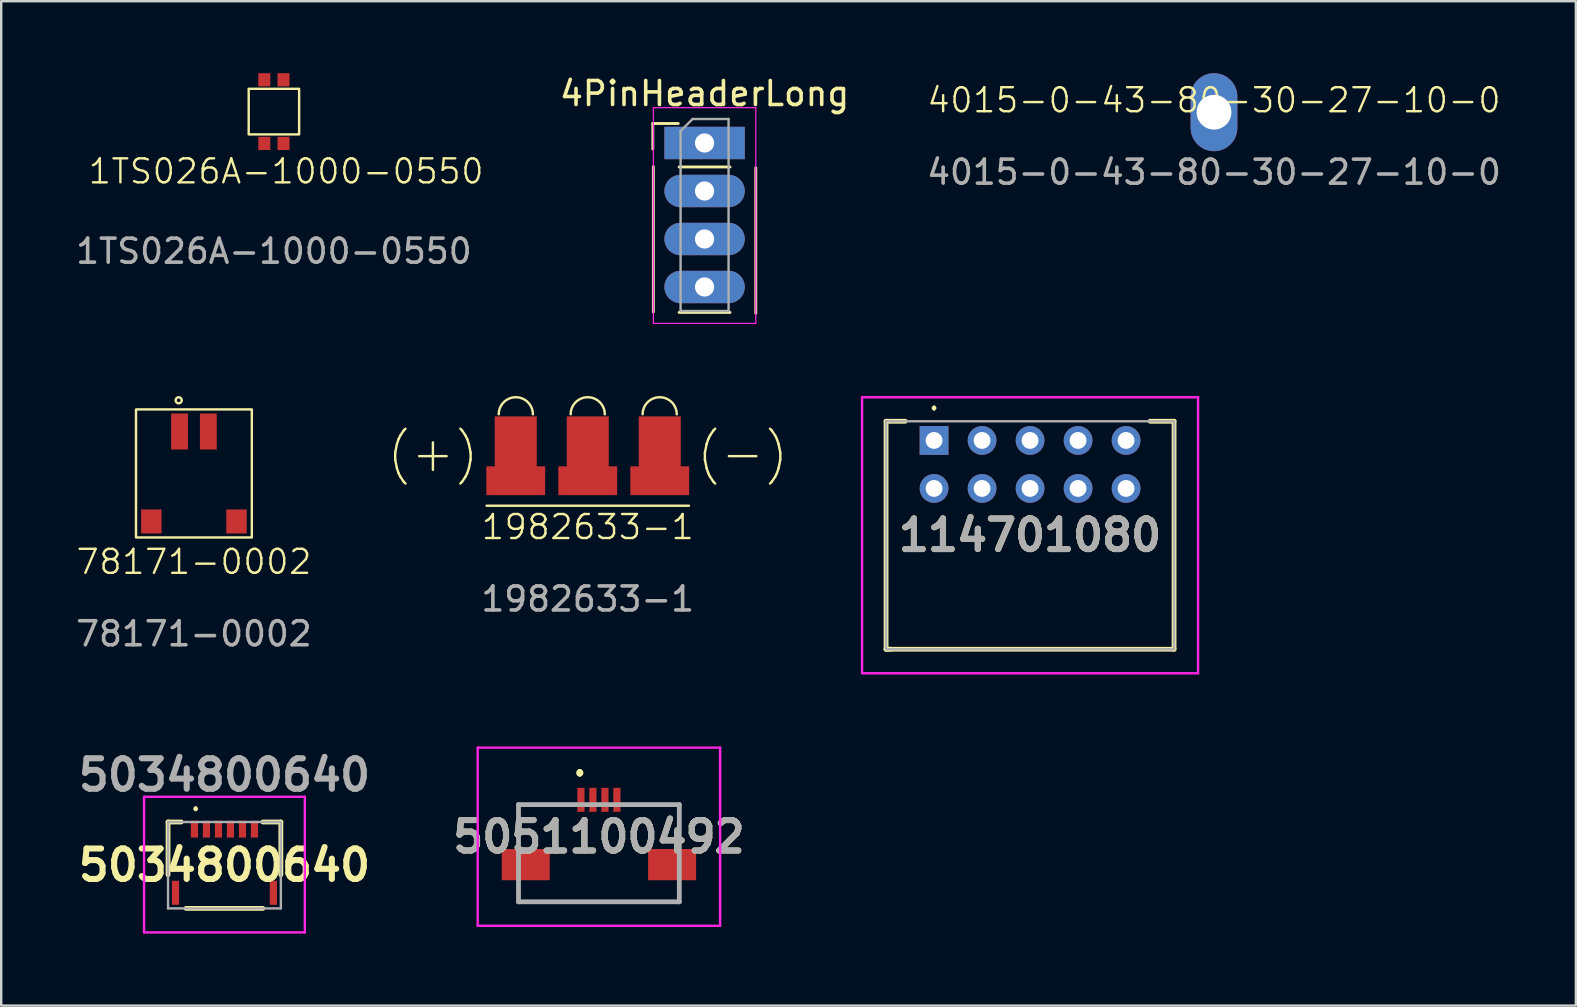
<source format=kicad_pcb>
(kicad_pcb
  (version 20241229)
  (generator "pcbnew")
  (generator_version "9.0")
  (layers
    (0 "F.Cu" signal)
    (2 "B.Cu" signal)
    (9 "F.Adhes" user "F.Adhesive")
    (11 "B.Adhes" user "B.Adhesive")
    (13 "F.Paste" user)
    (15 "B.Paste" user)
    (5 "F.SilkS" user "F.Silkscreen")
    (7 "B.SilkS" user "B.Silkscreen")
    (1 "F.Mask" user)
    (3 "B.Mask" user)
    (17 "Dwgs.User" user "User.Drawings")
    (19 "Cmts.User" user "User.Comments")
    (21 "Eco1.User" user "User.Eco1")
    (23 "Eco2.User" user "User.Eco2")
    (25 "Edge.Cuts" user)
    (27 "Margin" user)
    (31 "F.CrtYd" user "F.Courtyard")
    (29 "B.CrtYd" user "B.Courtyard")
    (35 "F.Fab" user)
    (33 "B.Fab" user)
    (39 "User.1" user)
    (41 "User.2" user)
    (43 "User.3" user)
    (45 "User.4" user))
  (footprint "1TS026A-1000-0550"
    (layer "F.Cu")
    (at 8.363 1.6)
    (property "Reference" "1TS026A-1000-0550" (at 0.508 2.489 0) (unlocked yes) (layer "F.SilkS") (effects (font (size 1 1) (thickness 0.1))))
    (attr smd)
    (fp_rect (start -1.051 -0.949) (end 1.051 0.949) (stroke (width 0.1) (type default)) (fill no) (layer "F.SilkS"))
    (fp_text user "${REFERENCE}" (at 0 5.818 0) (unlocked yes) (layer "F.Fab") (effects (font (size 1 1) (thickness 0.15))))
    (pad "1" smd rect (at 0.4 -1.325 180) (size 0.5 0.55) (layers "F.Cu" "F.Mask" "F.Paste"))
    (pad "2" smd rect (at -0.4 -1.325 180) (size 0.5 0.55) (layers "F.Cu" "F.Mask" "F.Paste"))
    (pad "3" smd rect (at 0.4 1.325 180) (size 0.5 0.55) (layers "F.Cu" "F.Mask" "F.Paste"))
    (pad "4" smd rect (at -0.4 1.325) (size 0.5 0.55) (layers "F.Cu" "F.Mask" "F.Paste")))
  (footprint "78171-0002"
    (layer "F.Cu")
    (at 5.03 16.804)
    (property "Reference" "78171-0002" (at 0 3.556 0) (unlocked yes) (layer "F.SilkS") (effects (font (size 1 1) (thickness 0.1))))
    (attr smd)
    (fp_rect (start -2.413 -2.794) (end 2.413 2.54) (stroke (width 0.1) (type default)) (fill no) (layer "F.SilkS"))
    (fp_circle (center -0.635 -3.175) (end -0.508 -3.175) (stroke (width 0.1) (type default)) (fill no) (layer "F.SilkS"))
    (fp_text user "${REFERENCE}" (at 0 6.556 0) (unlocked yes) (layer "F.Fab") (effects (font (size 1 1) (thickness 0.15))))
    (pad "1" smd rect (at -0.6 -1.875) (size 0.7 1.5) (layers "F.Cu" "F.Mask" "F.Paste"))
    (pad "2" smd rect (at 0.6 -1.875) (size 0.7 1.5) (layers "F.Cu" "F.Mask" "F.Paste"))
    (pad "3" smd rect (at -1.775 1.875) (size 0.85 1) (layers "F.Cu" "F.Mask" "F.Paste"))
    (pad "3" smd rect (at 1.775 1.875) (size 0.85 1) (layers "F.Cu" "F.Mask" "F.Paste")))
  (footprint "5051100492"
    (layer "F.Cu")
    (at 21.905 32.502)
    (property "Reference" "5051100492" (at 0 -0.688 0) (layer "F.SilkS") (effects (font (size 1.27 1.27) (thickness 0.254))))
    (attr smd)
    (fp_line (start -3.35 -2.025) (end -3.35 -2.025) (stroke (width 0.1) (type solid)) (layer "F.SilkS"))
    (fp_line (start -3.35 -2.025) (end -3.35 -2.025) (stroke (width 0.1) (type solid)) (layer "F.SilkS"))
    (fp_line (start -3.35 -2.025) (end -3.35 -0.75) (stroke (width 0.1) (type solid)) (layer "F.SilkS"))
    (fp_line (start -3.35 -2.025) (end -1.5 -2.025) (stroke (width 0.1) (type solid)) (layer "F.SilkS"))
    (fp_line (start -3.35 -0.75) (end -3.35 -2.025) (stroke (width 0.1) (type solid)) (layer "F.SilkS"))
    (fp_line (start -3.35 -0.75) (end -3.35 -0.75) (stroke (width 0.1) (type solid)) (layer "F.SilkS"))
    (fp_line (start -3.35 1.75) (end -3.35 1.75) (stroke (width 0.1) (type solid)) (layer "F.SilkS"))
    (fp_line (start -3.35 1.75) (end -3.35 2) (stroke (width 0.1) (type solid)) (layer "F.SilkS"))
    (fp_line (start -3.35 2) (end -3.35 1.75) (stroke (width 0.1) (type solid)) (layer "F.SilkS"))
    (fp_line (start -3.35 2) (end -3.35 2) (stroke (width 0.1) (type solid)) (layer "F.SilkS"))
    (fp_line (start -3.35 2.025) (end -3.35 2.025) (stroke (width 0.1) (type solid)) (layer "F.SilkS"))
    (fp_line (start -3.35 2.025) (end 3.35 2.025) (stroke (width 0.1) (type solid)) (layer "F.SilkS"))
    (fp_line (start -1.5 -2.025) (end -3.35 -2.025) (stroke (width 0.1) (type solid)) (layer "F.SilkS"))
    (fp_line (start -1.5 -2.025) (end -1.5 -2.025) (stroke (width 0.1) (type solid)) (layer "F.SilkS"))
    (fp_line (start -0.8 -3.4) (end -0.8 -3.4) (stroke (width 0.2) (type solid)) (layer "F.SilkS"))
    (fp_line (start -0.8 -3.3) (end -0.8 -3.3) (stroke (width 0.2) (type solid)) (layer "F.SilkS"))
    (fp_line (start -0.8 -3.3) (end -0.8 -3.3) (stroke (width 0.2) (type solid)) (layer "F.SilkS"))
    (fp_line (start 1.5 -2.025) (end 1.5 -2.025) (stroke (width 0.1) (type solid)) (layer "F.SilkS"))
    (fp_line (start 1.5 -2.025) (end 3.35 -2.025) (stroke (width 0.1) (type solid)) (layer "F.SilkS"))
    (fp_line (start 3.35 -2.025) (end 1.5 -2.025) (stroke (width 0.1) (type solid)) (layer "F.SilkS"))
    (fp_line (start 3.35 -2.025) (end 3.35 -2.025) (stroke (width 0.1) (type solid)) (layer "F.SilkS"))
    (fp_line (start 3.35 -2.025) (end 3.35 -2.025) (stroke (width 0.1) (type solid)) (layer "F.SilkS"))
    (fp_line (start 3.35 -2.025) (end 3.35 -0.75) (stroke (width 0.1) (type solid)) (layer "F.SilkS"))
    (fp_line (start 3.35 -0.75) (end 3.35 -2.025) (stroke (width 0.1) (type solid)) (layer "F.SilkS"))
    (fp_line (start 3.35 -0.75) (end 3.35 -0.75) (stroke (width 0.1) (type solid)) (layer "F.SilkS"))
    (fp_line (start 3.35 1.75) (end 3.35 1.75) (stroke (width 0.1) (type solid)) (layer "F.SilkS"))
    (fp_line (start 3.35 1.75) (end 3.35 2.025) (stroke (width 0.1) (type solid)) (layer "F.SilkS"))
    (fp_line (start 3.35 2.025) (end -3.35 2.025) (stroke (width 0.1) (type solid)) (layer "F.SilkS"))
    (fp_line (start 3.35 2.025) (end 3.35 1.75) (stroke (width 0.1) (type solid)) (layer "F.SilkS"))
    (fp_line (start 3.35 2.025) (end 3.35 2.025) (stroke (width 0.1) (type solid)) (layer "F.SilkS"))
    (fp_line (start 3.35 2.025) (end 3.35 2.025) (stroke (width 0.1) (type solid)) (layer "F.SilkS"))
    (fp_arc (start -0.8 -3.4) (mid -0.75 -3.35) (end -0.8 -3.3) (stroke (width 0.2) (type solid)) (layer "F.SilkS"))
    (fp_arc (start -0.8 -3.4) (mid -0.75 -3.35) (end -0.8 -3.3) (stroke (width 0.2) (type solid)) (layer "F.SilkS"))
    (fp_arc (start -0.8 -3.3) (mid -0.85 -3.35) (end -0.8 -3.4) (stroke (width 0.2) (type solid)) (layer "F.SilkS"))
    (fp_line (start -5.05 -4.4) (end 5.05 -4.4) (stroke (width 0.1) (type solid)) (layer "F.CrtYd"))
    (fp_line (start -5.05 3.025) (end -5.05 -4.4) (stroke (width 0.1) (type solid)) (layer "F.CrtYd"))
    (fp_line (start 5.05 -4.4) (end 5.05 3.025) (stroke (width 0.1) (type solid)) (layer "F.CrtYd"))
    (fp_line (start 5.05 3.025) (end -5.05 3.025) (stroke (width 0.1) (type solid)) (layer "F.CrtYd"))
    (fp_line (start -3.35 -2.025) (end -3.35 2.025) (stroke (width 0.2) (type solid)) (layer "F.Fab"))
    (fp_line (start -3.35 2.025) (end 3.35 2.025) (stroke (width 0.2) (type solid)) (layer "F.Fab"))
    (fp_line (start 3.35 -2.025) (end -3.35 -2.025) (stroke (width 0.2) (type solid)) (layer "F.Fab"))
    (fp_line (start 3.35 2.025) (end 3.35 -2.025) (stroke (width 0.2) (type solid)) (layer "F.Fab"))
    (fp_text user "${REFERENCE}" (at 0 -0.688 0) (layer "F.Fab") (effects (font (size 1.27 1.27) (thickness 0.254))))
    (pad "1" smd rect (at -0.75 -2.225) (size 0.3 1) (layers "F.Cu" "F.Mask" "F.Paste"))
    (pad "2" smd rect (at -0.25 -2.225) (size 0.3 1) (layers "F.Cu" "F.Mask" "F.Paste"))
    (pad "3" smd rect (at 0.25 -2.225) (size 0.3 1) (layers "F.Cu" "F.Mask" "F.Paste"))
    (pad "4" smd rect (at 0.75 -2.225) (size 0.3 1) (layers "F.Cu" "F.Mask" "F.Paste"))
    (pad "MP1" smd rect (at -3.05 0.475 90) (size 1.3 2) (layers "F.Cu" "F.Mask" "F.Paste"))
    (pad "MP2" smd rect (at 3.05 0.475 90) (size 1.3 2) (layers "F.Cu" "F.Mask" "F.Paste")))
  (footprint "5034800640"
    (layer "F.Cu")
    (at 6.302 33)
    (property "Reference" "5034800640" (at 0 0 0) (layer "F.SilkS") (effects (font (size 1.27 1.27) (thickness 0.254))))
    (attr smd)
    (fp_line (start -2.35 -1.8) (end -2.35 0.4) (stroke (width 0.2) (type solid)) (layer "F.SilkS"))
    (fp_line (start -1.8 -1.8) (end -2.35 -1.8) (stroke (width 0.2) (type solid)) (layer "F.SilkS"))
    (fp_line (start -1.6 1.8) (end 1.6 1.8) (stroke (width 0.2) (type solid)) (layer "F.SilkS"))
    (fp_line (start -1.2 -2.4) (end -1.2 -2.4) (stroke (width 0.1) (type solid)) (layer "F.SilkS"))
    (fp_line (start -1.2 -2.3) (end -1.2 -2.3) (stroke (width 0.1) (type solid)) (layer "F.SilkS"))
    (fp_line (start 1.6 -1.8) (end 2.35 -1.8) (stroke (width 0.2) (type solid)) (layer "F.SilkS"))
    (fp_line (start 2.35 -1.8) (end 2.35 0.4) (stroke (width 0.2) (type solid)) (layer "F.SilkS"))
    (fp_arc (start -1.2 -2.4) (mid -1.15 -2.35) (end -1.2 -2.3) (stroke (width 0.1) (type solid)) (layer "F.SilkS"))
    (fp_arc (start -1.2 -2.3) (mid -1.25 -2.35) (end -1.2 -2.4) (stroke (width 0.1) (type solid)) (layer "F.SilkS"))
    (fp_line (start -3.35 -2.85) (end 3.35 -2.85) (stroke (width 0.1) (type solid)) (layer "F.CrtYd"))
    (fp_line (start -3.35 2.8) (end -3.35 -2.85) (stroke (width 0.1) (type solid)) (layer "F.CrtYd"))
    (fp_line (start 3.35 -2.85) (end 3.35 2.8) (stroke (width 0.1) (type solid)) (layer "F.CrtYd"))
    (fp_line (start 3.35 2.8) (end -3.35 2.8) (stroke (width 0.1) (type solid)) (layer "F.CrtYd"))
    (fp_line (start -2.35 -1.8) (end 2.35 -1.8) (stroke (width 0.1) (type solid)) (layer "F.Fab"))
    (fp_line (start -2.35 1.8) (end -2.35 -1.8) (stroke (width 0.1) (type solid)) (layer "F.Fab"))
    (fp_line (start 2.35 -1.8) (end 2.35 1.8) (stroke (width 0.1) (type solid)) (layer "F.Fab"))
    (fp_line (start 2.35 1.8) (end -2.35 1.8) (stroke (width 0.1) (type solid)) (layer "F.Fab"))
    (fp_text user "${REFERENCE}" (at 0 -3.759 0) (layer "F.Fab") (effects (font (size 1.27 1.27) (thickness 0.254))))
    (pad "1" smd rect (at -1.25 -1.5) (size 0.3 0.7) (layers "F.Cu" "F.Mask" "F.Paste"))
    (pad "2" smd rect (at -0.75 -1.5) (size 0.3 0.7) (layers "F.Cu" "F.Mask" "F.Paste"))
    (pad "3" smd rect (at -0.25 -1.5) (size 0.3 0.7) (layers "F.Cu" "F.Mask" "F.Paste"))
    (pad "4" smd rect (at 0.25 -1.5) (size 0.3 0.7) (layers "F.Cu" "F.Mask" "F.Paste"))
    (pad "5" smd rect (at 0.75 -1.5) (size 0.3 0.7) (layers "F.Cu" "F.Mask" "F.Paste"))
    (pad "6" smd rect (at 1.25 -1.5) (size 0.3 0.7) (layers "F.Cu" "F.Mask" "F.Paste"))
    (pad "MP1" smd rect (at -2.04 1.15) (size 0.3 1) (layers "F.Cu" "F.Mask" "F.Paste"))
    (pad "MP2" smd rect (at 2.04 1.15) (size 0.3 1) (layers "F.Cu" "F.Mask" "F.Paste")))
  (footprint "1982633-1"
    (layer "F.Cu")
    (at 21.44 15.94)
    (property "Reference" "1982633-1" (at 0 2.97 0) (unlocked yes) (layer "F.SilkS") (effects (font (size 1 1) (thickness 0.1))))
    (attr smd)
    (fp_line (start -4.216 2.083) (end 4.216 2.083) (stroke (width 0.1) (type default)) (layer "F.SilkS"))
    (fp_arc (start -3.7084 -1.7272) (mid -2.9972 -2.4384) (end -2.286 -1.7272) (stroke (width 0.1) (type default)) (layer "F.SilkS"))
    (fp_arc (start -0.7112 -1.7272) (mid 0 -2.4384) (end 0.7112 -1.7272) (stroke (width 0.1) (type default)) (layer "F.SilkS"))
    (fp_arc (start 2.286 -1.7272) (mid 2.9972 -2.4384) (end 3.7084 -1.7272) (stroke (width 0.1) (type default)) (layer "F.SilkS"))
    (fp_text user "(-)" (at 6.452 -0.102 0) (unlocked yes) (layer "F.SilkS") (effects (font (size 1.5 1.5) (thickness 0.1))))
    (fp_text user "(+)" (at -6.452 -0.102 0) (unlocked yes) (layer "F.SilkS") (effects (font (size 1.5 1.5) (thickness 0.1))))
    (fp_text user "${REFERENCE}" (at 0 5.97 0) (unlocked yes) (layer "F.Fab") (effects (font (size 1 1) (thickness 0.15))))
    (pad "1" smd rect (at -3 0) (size 1.75 3.28) (layers "F.Cu" "F.Mask" "F.Paste"))
    (pad "1" smd rect (at -3 1.04) (size 2.45 1.2) (layers "F.Cu" "F.Mask" "F.Paste"))
    (pad "2" smd rect (at 0 0) (size 1.75 3.28) (layers "F.Cu" "F.Mask" "F.Paste"))
    (pad "2" smd rect (at 0 1.04) (size 2.45 1.2) (layers "F.Cu" "F.Mask" "F.Paste"))
    (pad "3" smd rect (at 3 0) (size 1.75 3.28) (layers "F.Cu" "F.Mask" "F.Paste"))
    (pad "3" smd rect (at 3 1.04) (size 2.45 1.2) (layers "F.Cu" "F.Mask" "F.Paste")))
  (footprint "4PinHeaderLong"
    (layer "F.Cu")
    (at 26.308 2.908)
    (property "Reference" "4PinHeaderLong" (at 0 -2.06 0) (layer "F.SilkS") (effects (font (size 1 1) (thickness 0.15))))
    (attr through_hole)
    (fp_line (start -2.156 -0.813) (end -1.096 -0.813) (stroke (width 0.12) (type solid)) (layer "F.SilkS"))
    (fp_line (start -2.156 0.247) (end -2.156 -0.813) (stroke (width 0.12) (type solid)) (layer "F.SilkS"))
    (fp_line (start -2.134 0.983) (end -2.134 7.043) (stroke (width 0.12) (type solid)) (layer "F.SilkS"))
    (fp_line (start -1.06 1) (end 1.06 1) (stroke (width 0.12) (type solid)) (layer "F.SilkS"))
    (fp_line (start -1.06 7.06) (end 1.06 7.06) (stroke (width 0.12) (type solid)) (layer "F.SilkS"))
    (fp_line (start 2.134 1.034) (end 2.134 7.094) (stroke (width 0.12) (type solid)) (layer "F.SilkS"))
    (fp_line (start -2.134 -1.473) (end -2.134 7.518) (stroke (width 0.05) (type solid)) (layer "F.CrtYd"))
    (fp_line (start -2.134 7.518) (end 2.134 7.518) (stroke (width 0.05) (type solid)) (layer "F.CrtYd"))
    (fp_line (start 2.134 -1.473) (end -2.134 -1.473) (stroke (width 0.05) (type solid)) (layer "F.CrtYd"))
    (fp_line (start 2.134 7.518) (end 2.134 -1.473) (stroke (width 0.05) (type solid)) (layer "F.CrtYd"))
    (fp_line (start -1 -0.5) (end -0.5 -1) (stroke (width 0.1) (type solid)) (layer "F.Fab"))
    (fp_line (start -1 7) (end -1 -0.5) (stroke (width 0.1) (type solid)) (layer "F.Fab"))
    (fp_line (start -0.5 -1) (end 1 -1) (stroke (width 0.1) (type solid)) (layer "F.Fab"))
    (fp_line (start 1 -1) (end 1 7) (stroke (width 0.1) (type solid)) (layer "F.Fab"))
    (fp_line (start 1 7) (end -1 7) (stroke (width 0.1) (type solid)) (layer "F.Fab"))
    (pad "1" thru_hole rect (at 0 0) (size 3.35 1.35) (drill 0.8) (layers "*.Cu" "*.Mask"))
    (pad "2" thru_hole oval (at 0 2) (size 3.35 1.35) (drill 0.8) (layers "*.Cu" "*.Mask"))
    (pad "3" thru_hole oval (at 0 4) (size 3.35 1.35) (drill 0.8) (layers "*.Cu" "*.Mask"))
    (pad "4" thru_hole oval (at 0 6) (size 3.35 1.35) (drill 0.8) (layers "*.Cu" "*.Mask")))
  (footprint "114701080"
    (layer "F.Cu")
    (at 35.87 15.302)
    (property "Reference" "114701080" (at 4 3.95 0) (layer "F.SilkS") (effects (font (size 1.27 1.27) (thickness 0.254))))
    (attr through_hole)
    (fp_line (start -2 -0.8) (end -2 8.7) (stroke (width 0.2) (type solid)) (layer "F.SilkS"))
    (fp_line (start -2 8.7) (end -1.8 8.7) (stroke (width 0.2) (type solid)) (layer "F.SilkS"))
    (fp_line (start -2 8.7) (end 10 8.7) (stroke (width 0.2) (type solid)) (layer "F.SilkS"))
    (fp_line (start -1.2 -0.8) (end -2 -0.8) (stroke (width 0.2) (type solid)) (layer "F.SilkS"))
    (fp_line (start 0 -1.4) (end 0 -1.4) (stroke (width 0.1) (type solid)) (layer "F.SilkS"))
    (fp_line (start 0 -1.3) (end 0 -1.3) (stroke (width 0.1) (type solid)) (layer "F.SilkS"))
    (fp_line (start 10 -0.8) (end 9 -0.8) (stroke (width 0.2) (type solid)) (layer "F.SilkS"))
    (fp_line (start 10 8.7) (end 10 -0.8) (stroke (width 0.2) (type solid)) (layer "F.SilkS"))
    (fp_arc (start 0 -1.4) (mid 0.05 -1.35) (end 0 -1.3) (stroke (width 0.1) (type solid)) (layer "F.SilkS"))
    (fp_arc (start 0 -1.3) (mid -0.05 -1.35) (end 0 -1.4) (stroke (width 0.1) (type solid)) (layer "F.SilkS"))
    (fp_line (start -3 -1.8) (end 11 -1.8) (stroke (width 0.1) (type solid)) (layer "F.CrtYd"))
    (fp_line (start -3 9.7) (end -3 -1.8) (stroke (width 0.1) (type solid)) (layer "F.CrtYd"))
    (fp_line (start 11 -1.8) (end 11 9.7) (stroke (width 0.1) (type solid)) (layer "F.CrtYd"))
    (fp_line (start 11 9.7) (end -3 9.7) (stroke (width 0.1) (type solid)) (layer "F.CrtYd"))
    (fp_line (start -2 -0.8) (end -2 8.7) (stroke (width 0.1) (type solid)) (layer "F.Fab"))
    (fp_line (start -2 8.7) (end 10 8.7) (stroke (width 0.1) (type solid)) (layer "F.Fab"))
    (fp_line (start 10 -0.8) (end -2 -0.8) (stroke (width 0.1) (type solid)) (layer "F.Fab"))
    (fp_line (start 10 8.7) (end 10 -0.8) (stroke (width 0.1) (type solid)) (layer "F.Fab"))
    (fp_text user "${REFERENCE}" (at 4 3.95 0) (layer "F.Fab") (effects (font (size 1.27 1.27) (thickness 0.254))))
    (pad "1" thru_hole rect (at 0 0) (size 1.2 1.2) (drill 0.7) (layers "*.Cu" "*.Mask"))
    (pad "2" thru_hole circle (at 0 2) (size 1.2 1.2) (drill 0.7) (layers "*.Cu" "*.Mask"))
    (pad "3" thru_hole circle (at 2 0) (size 1.2 1.2) (drill 0.7) (layers "*.Cu" "*.Mask"))
    (pad "4" thru_hole circle (at 2 2) (size 1.2 1.2) (drill 0.7) (layers "*.Cu" "*.Mask"))
    (pad "5" thru_hole circle (at 4 0) (size 1.2 1.2) (drill 0.7) (layers "*.Cu" "*.Mask"))
    (pad "6" thru_hole circle (at 4 2) (size 1.2 1.2) (drill 0.7) (layers "*.Cu" "*.Mask"))
    (pad "7" thru_hole circle (at 6 0) (size 1.2 1.2) (drill 0.7) (layers "*.Cu" "*.Mask"))
    (pad "8" thru_hole circle (at 6 2) (size 1.2 1.2) (drill 0.7) (layers "*.Cu" "*.Mask"))
    (pad "9" thru_hole circle (at 8 0) (size 1.2 1.2) (drill 0.7) (layers "*.Cu" "*.Mask"))
    (pad "10" thru_hole circle (at 8 2) (size 1.2 1.2) (drill 0.7) (layers "*.Cu" "*.Mask")))
  (footprint "4015-0-43-80-30-27-10-0"
    (layer "F.Cu")
    (at 47.534 1.625)
    (property "Reference" "4015-0-43-80-30-27-10-0" (at 0 -0.5 0) (unlocked yes) (layer "F.SilkS") (effects (font (size 1 1) (thickness 0.1))))
    (attr smd)
    (fp_text user "${REFERENCE}" (at 0 2.5 0) (unlocked yes) (layer "F.Fab") (effects (font (size 1 1) (thickness 0.15))))
    (pad "1" thru_hole oval (at 0 0) (size 1.948 3.25) (drill 1.448) (layers "*.Cu" "*.Mask")))
  (gr_rect
    (start -3 -3)
    (end 62.612 38.85)
    (stroke (width 0.1) (type default))
    (fill no)
    (layer "Edge.Cuts")))
</source>
